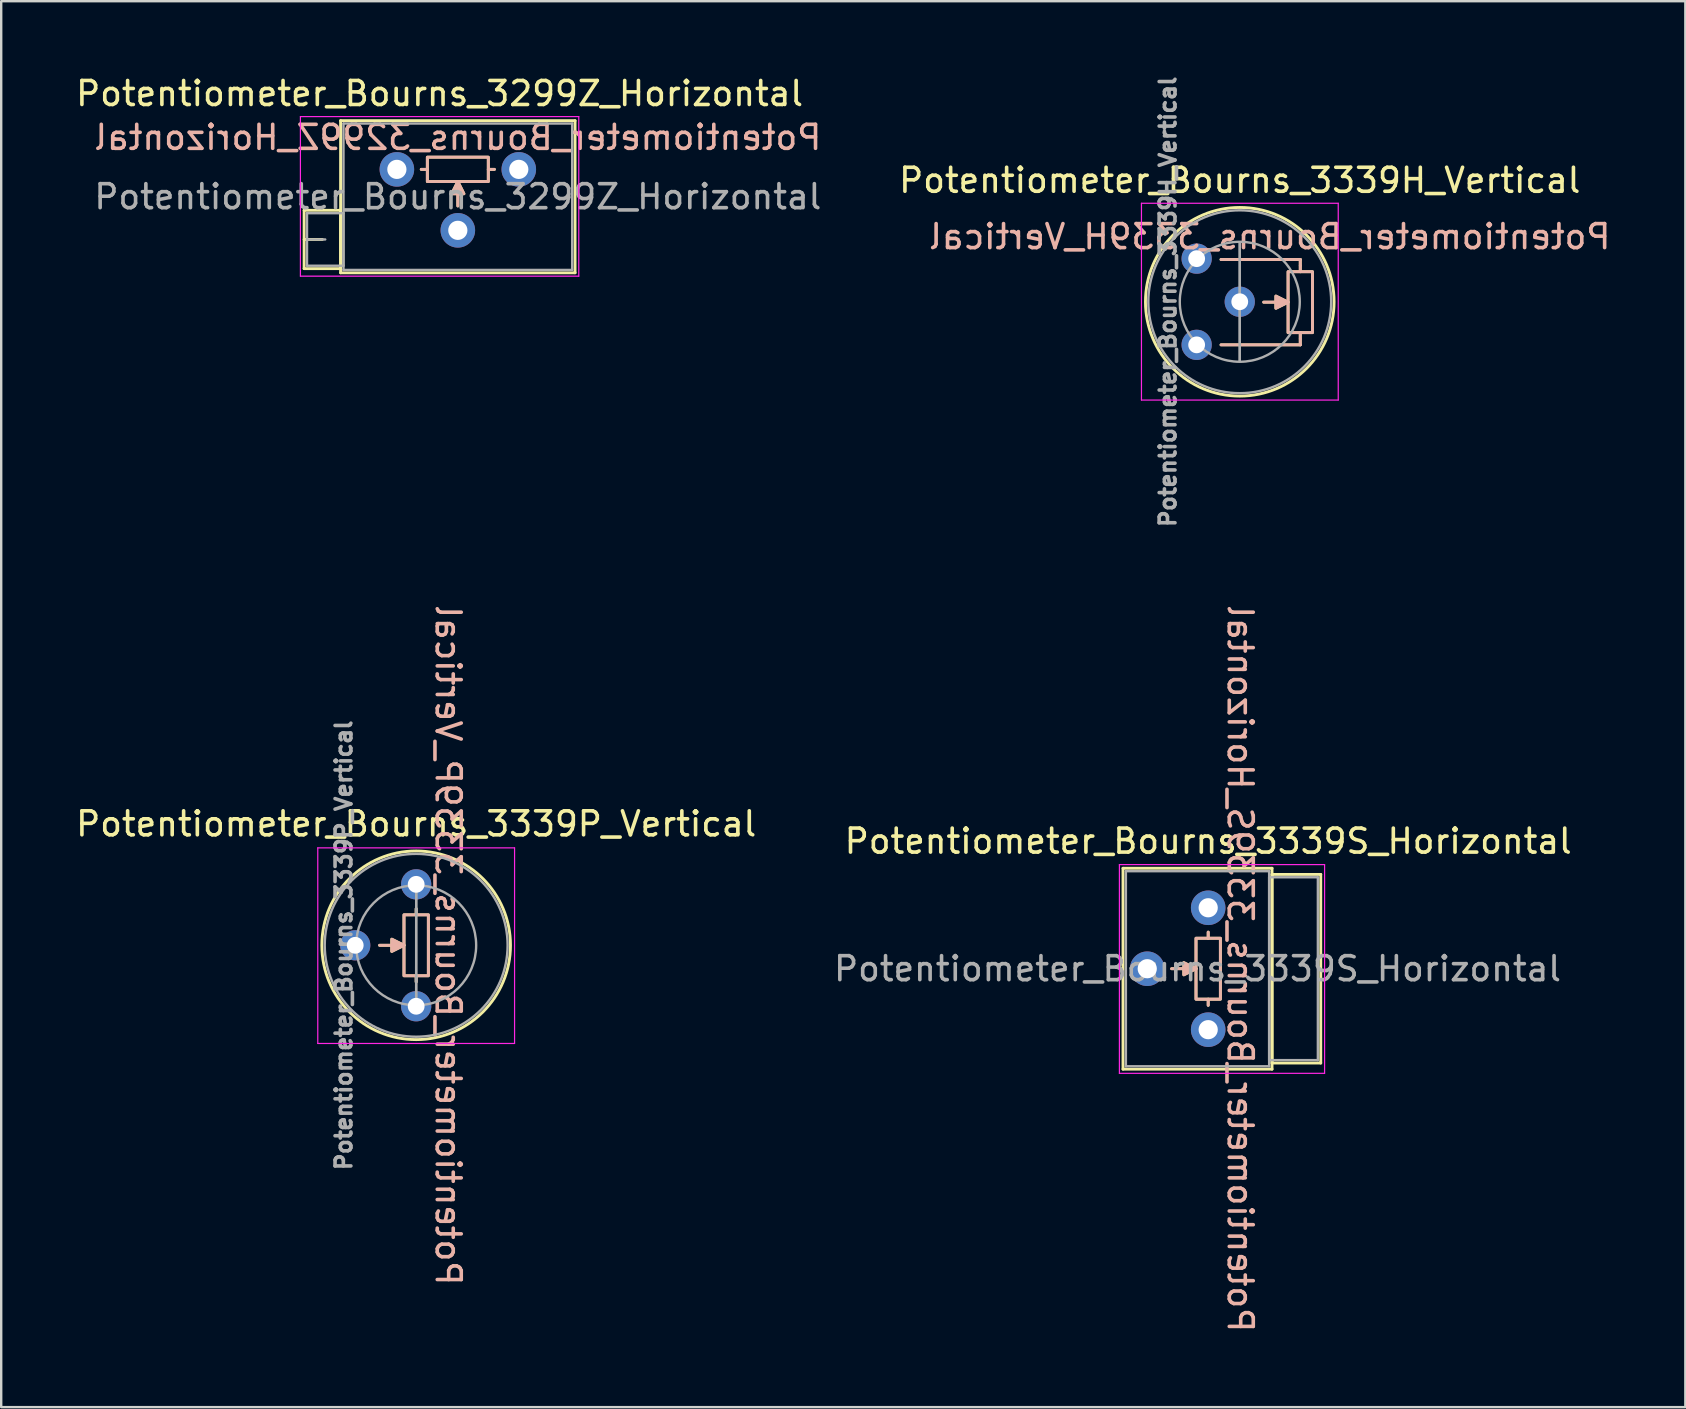
<source format=kicad_pcb>
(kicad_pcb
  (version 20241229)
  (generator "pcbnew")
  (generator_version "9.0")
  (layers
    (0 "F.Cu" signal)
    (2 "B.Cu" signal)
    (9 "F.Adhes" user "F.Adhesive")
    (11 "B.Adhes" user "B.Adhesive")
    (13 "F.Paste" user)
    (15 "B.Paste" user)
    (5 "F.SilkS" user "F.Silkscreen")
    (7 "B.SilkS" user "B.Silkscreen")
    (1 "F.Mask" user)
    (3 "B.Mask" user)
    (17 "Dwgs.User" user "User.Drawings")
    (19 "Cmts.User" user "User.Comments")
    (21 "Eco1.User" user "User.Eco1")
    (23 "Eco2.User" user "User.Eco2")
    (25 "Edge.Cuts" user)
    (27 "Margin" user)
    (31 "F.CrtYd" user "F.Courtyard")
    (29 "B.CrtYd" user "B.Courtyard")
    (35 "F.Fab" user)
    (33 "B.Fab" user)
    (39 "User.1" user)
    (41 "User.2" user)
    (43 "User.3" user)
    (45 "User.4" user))
  (footprint "Potentiometer_Bourns_3339P_Vertical"
    (layer "F.Cu")
    (at 14.292 38.881)
    (property "Reference" "Potentiometer_Bourns_3339P_Vertical" (at 0 -7.6 0) (layer "F.SilkS") (effects (font (size 1 1) (thickness 0.15))))
    (attr through_hole)
    (fp_line (start -1.524 -2.54) (end -0.508 -2.54) (stroke (width 0.12) (type solid)) (layer "F.SilkS"))
    (fp_line (start 0 -3.81) (end 0 -4.064) (stroke (width 0.12) (type solid)) (layer "F.SilkS"))
    (fp_line (start 0 -1.27) (end 0 -1.016) (stroke (width 0.12) (type solid)) (layer "F.SilkS"))
    (fp_rect (start -0.508 -3.81) (end 0.508 -1.27) (stroke (width 0.12) (type solid)) (fill no) (layer "F.SilkS"))
    (fp_circle (center 0 -2.54) (end 3.93 -2.54) (stroke (width 0.12) (type solid)) (fill no) (layer "F.SilkS"))
    (fp_poly (pts (xy -0.508 -2.54) (xy -1.016 -2.286) (xy -1.016 -2.794)) (stroke (width 0.12) (type solid)) (fill yes) (layer "F.SilkS"))
    (fp_line (start -1.524 -2.54) (end -0.508 -2.54) (stroke (width 0.12) (type solid)) (layer "B.SilkS"))
    (fp_line (start 0 -4.064) (end 0 -3.81) (stroke (width 0.12) (type solid)) (layer "B.SilkS"))
    (fp_line (start 0 -1.27) (end 0 -1.016) (stroke (width 0.12) (type solid)) (layer "B.SilkS"))
    (fp_rect (start 0.508 -3.81) (end -0.508 -1.27) (stroke (width 0.12) (type solid)) (fill no) (layer "B.SilkS"))
    (fp_poly (pts (xy -1.016 -2.286) (xy -1.016 -2.794) (xy -0.508 -2.54)) (stroke (width 0.12) (type solid)) (fill yes) (layer "B.SilkS"))
    (fp_line (start -4.1 -6.6) (end -4.1 1.55) (stroke (width 0.05) (type solid)) (layer "F.CrtYd"))
    (fp_line (start -4.1 1.55) (end 4.1 1.55) (stroke (width 0.05) (type solid)) (layer "F.CrtYd"))
    (fp_line (start 4.1 -6.6) (end -4.1 -6.6) (stroke (width 0.05) (type solid)) (layer "F.CrtYd"))
    (fp_line (start 4.1 1.55) (end 4.1 -6.6) (stroke (width 0.05) (type solid)) (layer "F.CrtYd"))
    (fp_line (start 0 -0.064) (end 0.001 -5.014) (stroke (width 0.1) (type solid)) (layer "F.Fab"))
    (fp_line (start 0 -0.064) (end 0.001 -5.014) (stroke (width 0.1) (type solid)) (layer "F.Fab"))
    (fp_circle (center 0 -2.54) (end 2.5 -2.54) (stroke (width 0.1) (type solid)) (fill no) (layer "F.Fab"))
    (fp_circle (center 0 -2.54) (end 3.81 -2.54) (stroke (width 0.1) (type solid)) (fill no) (layer "F.Fab"))
    (fp_text user "${REFERENCE}" (at 1.333 -2.54 270) (unlocked yes) (layer "B.SilkS") (effects (font (size 1 1) (thickness 0.15)) (justify mirror)))
    (fp_text user "${REFERENCE}" (at -3.018 -2.54 90) (layer "F.Fab") (effects (font (size 0.66 0.66) (thickness 0.15))))
    (pad "1" thru_hole circle (at 0 0) (size 1.26 1.26) (drill 0.7) (layers "*.Cu" "*.Mask"))
    (pad "2" thru_hole circle (at -2.54 -2.54) (size 1.26 1.26) (drill 0.7) (layers "*.Cu" "*.Mask"))
    (pad "3" thru_hole circle (at 0 -5.08) (size 1.26 1.26) (drill 0.7) (layers "*.Cu" "*.Mask")))
  (footprint "Potentiometer_Bourns_3299Z_Horizontal"
    (layer "F.Cu")
    (at 18.568 4.008)
    (property "Reference" "Potentiometer_Bourns_3299Z_Horizontal" (at -3.3 -3.16 0) (layer "F.SilkS") (effects (font (size 1 1) (thickness 0.15))))
    (attr through_hole)
    (fp_line (start -8.945 1.705) (end -8.945 4.135) (stroke (width 0.12) (type solid)) (layer "F.SilkS"))
    (fp_line (start -8.945 1.705) (end -7.426 1.705) (stroke (width 0.12) (type solid)) (layer "F.SilkS"))
    (fp_line (start -8.945 2.92) (end -8.186 2.92) (stroke (width 0.12) (type solid)) (layer "F.SilkS"))
    (fp_line (start -8.945 4.135) (end -7.426 4.135) (stroke (width 0.12) (type solid)) (layer "F.SilkS"))
    (fp_line (start -7.426 1.705) (end -7.426 4.135) (stroke (width 0.12) (type solid)) (layer "F.SilkS"))
    (fp_line (start -7.425 -2.03) (end -7.425 4.31) (stroke (width 0.12) (type solid)) (layer "F.SilkS"))
    (fp_line (start -7.425 -2.03) (end 2.345 -2.03) (stroke (width 0.12) (type solid)) (layer "F.SilkS"))
    (fp_line (start -7.425 4.31) (end 2.345 4.31) (stroke (width 0.12) (type solid)) (layer "F.SilkS"))
    (fp_line (start -3.81 0) (end -4.064 0) (stroke (width 0.12) (type solid)) (layer "F.SilkS"))
    (fp_line (start -2.54 1.524) (end -2.54 0.508) (stroke (width 0.12) (type solid)) (layer "F.SilkS"))
    (fp_line (start -1.27 0) (end -1.016 0) (stroke (width 0.12) (type solid)) (layer "F.SilkS"))
    (fp_line (start 2.345 -2.03) (end 2.345 4.31) (stroke (width 0.12) (type solid)) (layer "F.SilkS"))
    (fp_rect (start -3.81 0.508) (end -1.27 -0.508) (stroke (width 0.12) (type solid)) (fill no) (layer "F.SilkS"))
    (fp_poly (pts (xy -2.54 0.508) (xy -2.286 1.016) (xy -2.794 1.016)) (stroke (width 0.12) (type solid)) (fill yes) (layer "F.SilkS"))
    (fp_line (start -4.064 0) (end -3.81 0) (stroke (width 0.12) (type solid)) (layer "B.SilkS"))
    (fp_line (start -2.54 1.524) (end -2.54 0.508) (stroke (width 0.12) (type solid)) (layer "B.SilkS"))
    (fp_line (start -1.27 0) (end -1.016 0) (stroke (width 0.12) (type solid)) (layer "B.SilkS"))
    (fp_rect (start -3.81 -0.508) (end -1.27 0.508) (stroke (width 0.12) (type solid)) (fill no) (layer "B.SilkS"))
    (fp_poly (pts (xy -2.286 1.016) (xy -2.794 1.016) (xy -2.54 0.508)) (stroke (width 0.12) (type solid)) (fill yes) (layer "B.SilkS"))
    (fp_line (start -9.1 -2.2) (end -9.1 4.45) (stroke (width 0.05) (type solid)) (layer "F.CrtYd"))
    (fp_line (start -9.1 4.45) (end 2.5 4.45) (stroke (width 0.05) (type solid)) (layer "F.CrtYd"))
    (fp_line (start 2.5 -2.2) (end -9.1 -2.2) (stroke (width 0.05) (type solid)) (layer "F.CrtYd"))
    (fp_line (start 2.5 4.45) (end 2.5 -2.2) (stroke (width 0.05) (type solid)) (layer "F.CrtYd"))
    (fp_line (start -8.825 1.825) (end -8.825 4.015) (stroke (width 0.1) (type solid)) (layer "F.Fab"))
    (fp_line (start -8.825 2.92) (end -8.065 2.92) (stroke (width 0.1) (type solid)) (layer "F.Fab"))
    (fp_line (start -8.825 4.015) (end -7.305 4.015) (stroke (width 0.1) (type solid)) (layer "F.Fab"))
    (fp_line (start -7.305 -1.91) (end -7.305 4.19) (stroke (width 0.1) (type solid)) (layer "F.Fab"))
    (fp_line (start -7.305 1.825) (end -8.825 1.825) (stroke (width 0.1) (type solid)) (layer "F.Fab"))
    (fp_line (start -7.305 4.015) (end -7.305 1.825) (stroke (width 0.1) (type solid)) (layer "F.Fab"))
    (fp_line (start -7.305 4.19) (end 2.225 4.19) (stroke (width 0.1) (type solid)) (layer "F.Fab"))
    (fp_line (start 2.225 -1.91) (end -7.305 -1.91) (stroke (width 0.1) (type solid)) (layer "F.Fab"))
    (fp_line (start 2.225 4.19) (end 2.225 -1.91) (stroke (width 0.1) (type solid)) (layer "F.Fab"))
    (fp_text user "${REFERENCE}" (at -2.54 -1.333 0) (unlocked yes) (layer "B.SilkS") (effects (font (size 1 1) (thickness 0.15)) (justify mirror)))
    (fp_text user "${REFERENCE}" (at -2.54 1.14 0) (layer "F.Fab") (effects (font (size 1 1) (thickness 0.15))))
    (pad "1" thru_hole circle (at 0 0) (size 1.44 1.44) (drill 0.8) (layers "*.Cu" "*.Mask"))
    (pad "2" thru_hole circle (at -2.54 2.54) (size 1.44 1.44) (drill 0.8) (layers "*.Cu" "*.Mask"))
    (pad "3" thru_hole circle (at -5.08 0) (size 1.44 1.44) (drill 0.8) (layers "*.Cu" "*.Mask")))
  (footprint "Potentiometer_Bourns_3339S_Horizontal"
    (layer "F.Cu")
    (at 47.296 34.777)
    (property "Reference" "Potentiometer_Bourns_3339S_Horizontal" (at 0 -2.775 0) (layer "F.SilkS") (effects (font (size 1 1) (thickness 0.15))))
    (attr through_hole)
    (fp_line (start -3.55 -1.646) (end -3.55 6.725) (stroke (width 0.12) (type solid)) (layer "F.SilkS"))
    (fp_line (start -3.55 -1.646) (end 2.66 -1.646) (stroke (width 0.12) (type solid)) (layer "F.SilkS"))
    (fp_line (start -3.55 6.725) (end 2.66 6.725) (stroke (width 0.12) (type solid)) (layer "F.SilkS"))
    (fp_line (start -1.524 2.54) (end -0.508 2.54) (stroke (width 0.12) (type solid)) (layer "F.SilkS"))
    (fp_line (start 0 1.27) (end 0 1.016) (stroke (width 0.12) (type solid)) (layer "F.SilkS"))
    (fp_line (start 0 3.81) (end 0 4.064) (stroke (width 0.12) (type solid)) (layer "F.SilkS"))
    (fp_line (start 2.66 -1.646) (end 2.66 6.725) (stroke (width 0.12) (type solid)) (layer "F.SilkS"))
    (fp_line (start 2.66 -1.39) (end 2.66 6.471) (stroke (width 0.12) (type solid)) (layer "F.SilkS"))
    (fp_line (start 2.66 -1.39) (end 4.69 -1.39) (stroke (width 0.12) (type solid)) (layer "F.SilkS"))
    (fp_line (start 2.66 6.471) (end 4.69 6.471) (stroke (width 0.12) (type solid)) (layer "F.SilkS"))
    (fp_line (start 4.69 -1.39) (end 4.69 6.471) (stroke (width 0.12) (type solid)) (layer "F.SilkS"))
    (fp_rect (start -0.508 1.27) (end 0.508 3.81) (stroke (width 0.12) (type solid)) (fill no) (layer "F.SilkS"))
    (fp_poly (pts (xy -0.508 2.54) (xy -1.016 2.794) (xy -1.016 2.286)) (stroke (width 0.12) (type solid)) (fill yes) (layer "F.SilkS"))
    (fp_line (start -1.524 2.54) (end -0.508 2.54) (stroke (width 0.12) (type solid)) (layer "B.SilkS"))
    (fp_line (start 0 1.016) (end 0 1.27) (stroke (width 0.12) (type solid)) (layer "B.SilkS"))
    (fp_line (start 0 3.81) (end 0 4.064) (stroke (width 0.12) (type solid)) (layer "B.SilkS"))
    (fp_rect (start 0.508 1.27) (end -0.508 3.81) (stroke (width 0.12) (type solid)) (fill no) (layer "B.SilkS"))
    (fp_poly (pts (xy -1.016 2.794) (xy -1.016 2.286) (xy -0.508 2.54)) (stroke (width 0.12) (type solid)) (fill yes) (layer "B.SilkS"))
    (fp_line (start -3.7 -1.8) (end -3.7 6.9) (stroke (width 0.05) (type solid)) (layer "F.CrtYd"))
    (fp_line (start -3.7 6.9) (end 4.85 6.9) (stroke (width 0.05) (type solid)) (layer "F.CrtYd"))
    (fp_line (start 4.85 -1.8) (end -3.7 -1.8) (stroke (width 0.05) (type solid)) (layer "F.CrtYd"))
    (fp_line (start 4.85 6.9) (end 4.85 -1.8) (stroke (width 0.05) (type solid)) (layer "F.CrtYd"))
    (fp_line (start -3.43 -1.525) (end -3.43 6.605) (stroke (width 0.1) (type solid)) (layer "F.Fab"))
    (fp_line (start -3.43 6.605) (end 2.54 6.605) (stroke (width 0.1) (type solid)) (layer "F.Fab"))
    (fp_line (start 2.54 -1.525) (end -3.43 -1.525) (stroke (width 0.1) (type solid)) (layer "F.Fab"))
    (fp_line (start 2.54 -1.27) (end 2.54 6.35) (stroke (width 0.1) (type solid)) (layer "F.Fab"))
    (fp_line (start 2.54 6.35) (end 4.57 6.35) (stroke (width 0.1) (type solid)) (layer "F.Fab"))
    (fp_line (start 2.54 6.605) (end 2.54 -1.525) (stroke (width 0.1) (type solid)) (layer "F.Fab"))
    (fp_line (start 4.57 -1.27) (end 2.54 -1.27) (stroke (width 0.1) (type solid)) (layer "F.Fab"))
    (fp_line (start 4.57 6.35) (end 4.57 -1.27) (stroke (width 0.1) (type solid)) (layer "F.Fab"))
    (fp_text user "${REFERENCE}" (at 1.333 2.54 270) (unlocked yes) (layer "B.SilkS") (effects (font (size 1 1) (thickness 0.15)) (justify mirror)))
    (fp_text user "${REFERENCE}" (at -0.445 2.54 0) (layer "F.Fab") (effects (font (size 1 1) (thickness 0.15))))
    (pad "1" thru_hole circle (at 0 0) (size 1.44 1.44) (drill 0.8) (layers "*.Cu" "*.Mask"))
    (pad "2" thru_hole circle (at -2.54 2.54) (size 1.44 1.44) (drill 0.8) (layers "*.Cu" "*.Mask"))
    (pad "3" thru_hole circle (at 0 5.08) (size 1.44 1.44) (drill 0.8) (layers "*.Cu" "*.Mask")))
  (footprint "Potentiometer_Bourns_3339H_Vertical"
    (layer "F.Cu")
    (at 46.815 11.32)
    (property "Reference" "Potentiometer_Bourns_3339H_Vertical" (at 1.796 -6.856 0) (layer "F.SilkS") (effects (font (size 1 1) (thickness 0.15))))
    (attr through_hole)
    (fp_line (start 2.794 -1.778) (end 3.81 -1.778) (stroke (width 0.12) (type solid)) (layer "F.SilkS"))
    (fp_line (start 4.318 -3.556) (end 1.016 -3.556) (stroke (width 0.12) (type solid)) (layer "F.SilkS"))
    (fp_line (start 4.318 -3.048) (end 4.318 -3.556) (stroke (width 0.12) (type solid)) (layer "F.SilkS"))
    (fp_line (start 4.318 -0.508) (end 4.318 0) (stroke (width 0.12) (type solid)) (layer "F.SilkS"))
    (fp_line (start 4.318 0) (end 1.016 0) (stroke (width 0.12) (type solid)) (layer "F.SilkS"))
    (fp_rect (start 3.81 -3.048) (end 4.826 -0.508) (stroke (width 0.12) (type solid)) (fill no) (layer "F.SilkS"))
    (fp_circle (center 1.797 -1.795) (end 5.727 -1.795) (stroke (width 0.12) (type solid)) (fill no) (layer "F.SilkS"))
    (fp_poly (pts (xy 3.81 -1.778) (xy 3.302 -1.524) (xy 3.302 -2.032)) (stroke (width 0.12) (type solid)) (fill yes) (layer "F.SilkS"))
    (fp_line (start 1.016 -3.556) (end 4.318 -3.556) (stroke (width 0.12) (type solid)) (layer "B.SilkS"))
    (fp_line (start 1.016 0) (end 4.318 0) (stroke (width 0.12) (type solid)) (layer "B.SilkS"))
    (fp_line (start 2.794 -1.778) (end 3.81 -1.778) (stroke (width 0.12) (type solid)) (layer "B.SilkS"))
    (fp_line (start 4.318 -3.556) (end 4.318 -3.302) (stroke (width 0.12) (type solid)) (layer "B.SilkS"))
    (fp_line (start 4.318 -3.302) (end 4.318 -3.048) (stroke (width 0.12) (type solid)) (layer "B.SilkS"))
    (fp_line (start 4.318 -0.508) (end 4.318 -0.254) (stroke (width 0.12) (type solid)) (layer "B.SilkS"))
    (fp_line (start 4.318 0) (end 4.318 -0.254) (stroke (width 0.12) (type solid)) (layer "B.SilkS"))
    (fp_rect (start 4.826 -3.048) (end 3.81 -0.508) (stroke (width 0.12) (type solid)) (fill no) (layer "B.SilkS"))
    (fp_poly (pts (xy 3.302 -1.524) (xy 3.302 -2.032) (xy 3.81 -1.778)) (stroke (width 0.12) (type solid)) (fill yes) (layer "B.SilkS"))
    (fp_line (start -2.3 -5.9) (end -2.3 2.3) (stroke (width 0.05) (type solid)) (layer "F.CrtYd"))
    (fp_line (start -2.3 2.3) (end 5.9 2.3) (stroke (width 0.05) (type solid)) (layer "F.CrtYd"))
    (fp_line (start 5.9 -5.9) (end -2.3 -5.9) (stroke (width 0.05) (type solid)) (layer "F.CrtYd"))
    (fp_line (start 5.9 2.3) (end 5.9 -5.9) (stroke (width 0.05) (type solid)) (layer "F.CrtYd"))
    (fp_line (start 1.797 0.68) (end 1.797 -4.271) (stroke (width 0.1) (type solid)) (layer "F.Fab"))
    (fp_line (start 1.797 0.68) (end 1.797 -4.271) (stroke (width 0.1) (type solid)) (layer "F.Fab"))
    (fp_circle (center 1.796 -1.796) (end 5.606 -1.796) (stroke (width 0.1) (type solid)) (fill no) (layer "F.Fab"))
    (fp_circle (center 1.797 -1.795) (end 4.297 -1.795) (stroke (width 0.1) (type solid)) (fill no) (layer "F.Fab"))
    (fp_text user "${REFERENCE}" (at 3.048 -4.508 0) (unlocked yes) (layer "B.SilkS") (effects (font (size 1 1) (thickness 0.15)) (justify mirror)))
    (fp_text user "${REFERENCE}" (at -1.2 -1.795 90) (layer "F.Fab") (effects (font (size 0.66 0.66) (thickness 0.15))))
    (pad "1" thru_hole circle (at 0 0) (size 1.26 1.26) (drill 0.7) (layers "*.Cu" "*.Mask"))
    (pad "2" thru_hole circle (at 1.796 -1.796) (size 1.26 1.26) (drill 0.7) (layers "*.Cu" "*.Mask"))
    (pad "3" thru_hole circle (at 0 -3.592) (size 1.26 1.26) (drill 0.7) (layers "*.Cu" "*.Mask")))
  (gr_rect
    (start -3 -3)
    (end 67.179 55.585)
    (stroke (width 0.1) (type default))
    (fill no)
    (layer "Edge.Cuts")))
</source>
